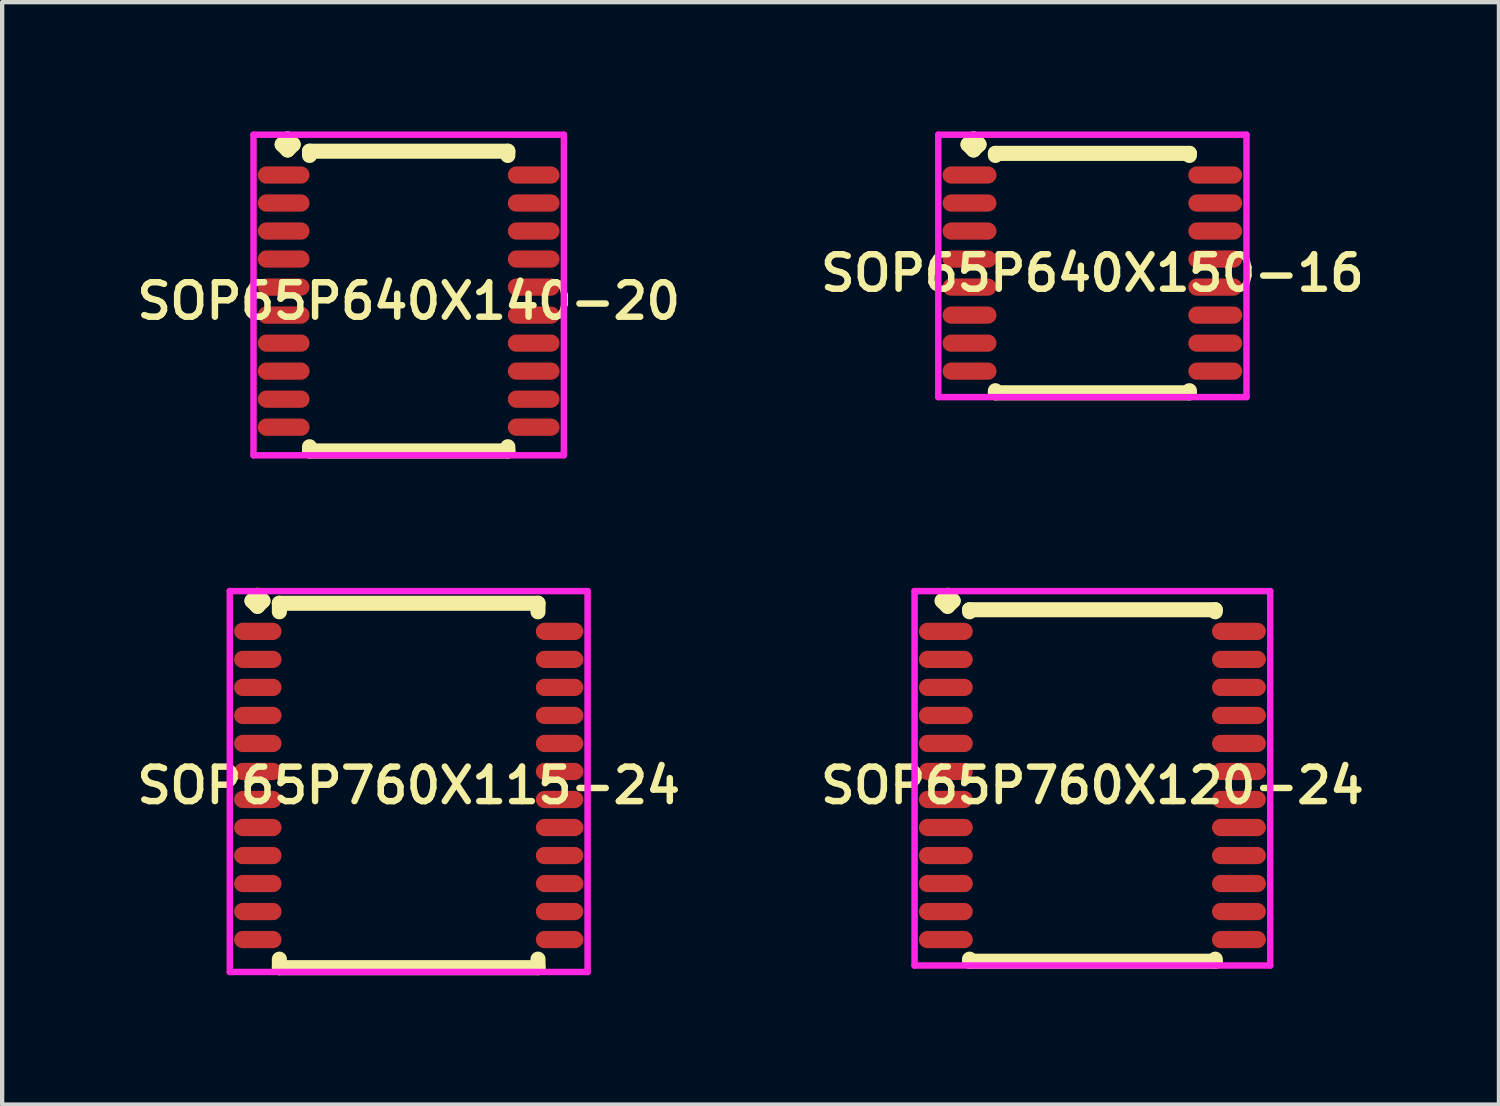
<source format=kicad_pcb>
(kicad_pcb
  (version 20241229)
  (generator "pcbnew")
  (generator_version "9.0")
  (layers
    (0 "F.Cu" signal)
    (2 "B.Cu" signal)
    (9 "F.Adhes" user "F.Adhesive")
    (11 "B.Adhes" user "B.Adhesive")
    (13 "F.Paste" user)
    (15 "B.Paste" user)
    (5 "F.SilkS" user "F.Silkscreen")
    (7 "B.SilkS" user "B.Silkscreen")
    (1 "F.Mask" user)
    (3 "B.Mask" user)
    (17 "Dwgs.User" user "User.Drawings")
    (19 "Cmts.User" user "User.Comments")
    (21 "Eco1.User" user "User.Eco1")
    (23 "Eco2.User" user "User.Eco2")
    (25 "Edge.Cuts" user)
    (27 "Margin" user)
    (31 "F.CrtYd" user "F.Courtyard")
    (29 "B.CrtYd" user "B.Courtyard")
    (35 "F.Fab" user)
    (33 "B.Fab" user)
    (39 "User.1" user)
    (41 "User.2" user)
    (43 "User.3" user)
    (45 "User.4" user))
  (footprint "SOP65P760X120-24"
    (layer "F.Cu")
    (at 22.292 15.172)
    (property "Reference" "SOP65P760X120-24" (at 0 0 0) (layer "F.SilkS") (effects (font (size 0.8 0.8) (thickness 0.15))))
    (attr smd)
    (fp_line (start -3.485 -4.283) (end -3.358 -4.41) (stroke (width 0.35) (type solid)) (layer "F.SilkS"))
    (fp_line (start -3.358 -4.41) (end -3.231 -4.283) (stroke (width 0.35) (type solid)) (layer "F.SilkS"))
    (fp_line (start -3.358 -4.156) (end -3.485 -4.283) (stroke (width 0.35) (type solid)) (layer "F.SilkS"))
    (fp_line (start -3.231 -4.283) (end -3.358 -4.156) (stroke (width 0.35) (type solid)) (layer "F.SilkS"))
    (fp_line (start -2.85 -4.077) (end 2.85 -4.077) (stroke (width 0.35) (type solid)) (layer "F.SilkS"))
    (fp_line (start -2.85 -4.029) (end -2.85 -4.077) (stroke (width 0.35) (type solid)) (layer "F.SilkS"))
    (fp_line (start -2.85 4.029) (end -2.85 4.077) (stroke (width 0.35) (type solid)) (layer "F.SilkS"))
    (fp_line (start -2.85 4.077) (end 2.85 4.077) (stroke (width 0.35) (type solid)) (layer "F.SilkS"))
    (fp_line (start 2.85 -4.077) (end 2.85 -4.029) (stroke (width 0.35) (type solid)) (layer "F.SilkS"))
    (fp_line (start 2.85 4.077) (end 2.85 4.029) (stroke (width 0.35) (type solid)) (layer "F.SilkS"))
    (fp_line (start -4.125 -4.51) (end 4.125 -4.51) (stroke (width 0.15) (type solid)) (layer "F.CrtYd"))
    (fp_line (start -4.125 4.177) (end -4.125 -4.51) (stroke (width 0.15) (type solid)) (layer "F.CrtYd"))
    (fp_line (start 4.125 -4.51) (end 4.125 4.177) (stroke (width 0.15) (type solid)) (layer "F.CrtYd"))
    (fp_line (start 4.125 4.177) (end -4.125 4.177) (stroke (width 0.15) (type solid)) (layer "F.CrtYd"))
    (pad "1" smd oval (at -3.4 -3.575) (size 1.25 0.4) (layers "F.Cu" "F.Mask" "F.Paste"))
    (pad "2" smd oval (at -3.4 -2.925) (size 1.25 0.4) (layers "F.Cu" "F.Mask" "F.Paste"))
    (pad "3" smd oval (at -3.4 -2.275) (size 1.25 0.4) (layers "F.Cu" "F.Mask" "F.Paste"))
    (pad "4" smd oval (at -3.4 -1.625) (size 1.25 0.4) (layers "F.Cu" "F.Mask" "F.Paste"))
    (pad "5" smd oval (at -3.4 -0.975) (size 1.25 0.4) (layers "F.Cu" "F.Mask" "F.Paste"))
    (pad "6" smd oval (at -3.4 -0.325) (size 1.25 0.4) (layers "F.Cu" "F.Mask" "F.Paste"))
    (pad "7" smd oval (at -3.4 0.325) (size 1.25 0.4) (layers "F.Cu" "F.Mask" "F.Paste"))
    (pad "8" smd oval (at -3.4 0.975) (size 1.25 0.4) (layers "F.Cu" "F.Mask" "F.Paste"))
    (pad "9" smd oval (at -3.4 1.625) (size 1.25 0.4) (layers "F.Cu" "F.Mask" "F.Paste"))
    (pad "10" smd oval (at -3.4 2.275) (size 1.25 0.4) (layers "F.Cu" "F.Mask" "F.Paste"))
    (pad "11" smd oval (at -3.4 2.925) (size 1.25 0.4) (layers "F.Cu" "F.Mask" "F.Paste"))
    (pad "12" smd oval (at -3.4 3.575) (size 1.25 0.4) (layers "F.Cu" "F.Mask" "F.Paste"))
    (pad "13" smd oval (at 3.4 3.575) (size 1.25 0.4) (layers "F.Cu" "F.Mask" "F.Paste"))
    (pad "14" smd oval (at 3.4 2.925) (size 1.25 0.4) (layers "F.Cu" "F.Mask" "F.Paste"))
    (pad "15" smd oval (at 3.4 2.275) (size 1.25 0.4) (layers "F.Cu" "F.Mask" "F.Paste"))
    (pad "16" smd oval (at 3.4 1.625) (size 1.25 0.4) (layers "F.Cu" "F.Mask" "F.Paste"))
    (pad "17" smd oval (at 3.4 0.975) (size 1.25 0.4) (layers "F.Cu" "F.Mask" "F.Paste"))
    (pad "18" smd oval (at 3.4 0.325) (size 1.25 0.4) (layers "F.Cu" "F.Mask" "F.Paste"))
    (pad "19" smd oval (at 3.4 -0.325) (size 1.25 0.4) (layers "F.Cu" "F.Mask" "F.Paste"))
    (pad "20" smd oval (at 3.4 -0.975) (size 1.25 0.4) (layers "F.Cu" "F.Mask" "F.Paste"))
    (pad "21" smd oval (at 3.4 -1.625) (size 1.25 0.4) (layers "F.Cu" "F.Mask" "F.Paste"))
    (pad "22" smd oval (at 3.4 -2.275) (size 1.25 0.4) (layers "F.Cu" "F.Mask" "F.Paste"))
    (pad "23" smd oval (at 3.4 -2.925) (size 1.25 0.4) (layers "F.Cu" "F.Mask" "F.Paste"))
    (pad "24" smd oval (at 3.4 -3.575) (size 1.25 0.4) (layers "F.Cu" "F.Mask" "F.Paste")))
  (footprint "SOP65P640X140-20"
    (layer "F.Cu")
    (at 6.431 3.935)
    (property "Reference" "SOP65P640X140-20" (at 0 0 0) (layer "F.SilkS") (effects (font (size 0.8 0.8) (thickness 0.15))))
    (attr smd)
    (fp_line (start -2.935 -3.633) (end -2.808 -3.76) (stroke (width 0.35) (type solid)) (layer "F.SilkS"))
    (fp_line (start -2.808 -3.76) (end -2.681 -3.633) (stroke (width 0.35) (type solid)) (layer "F.SilkS"))
    (fp_line (start -2.808 -3.506) (end -2.935 -3.633) (stroke (width 0.35) (type solid)) (layer "F.SilkS"))
    (fp_line (start -2.681 -3.633) (end -2.808 -3.506) (stroke (width 0.35) (type solid)) (layer "F.SilkS"))
    (fp_line (start -2.3 -3.477) (end 2.3 -3.477) (stroke (width 0.35) (type solid)) (layer "F.SilkS"))
    (fp_line (start -2.3 -3.379) (end -2.3 -3.477) (stroke (width 0.35) (type solid)) (layer "F.SilkS"))
    (fp_line (start -2.3 3.379) (end -2.3 3.477) (stroke (width 0.35) (type solid)) (layer "F.SilkS"))
    (fp_line (start -2.3 3.477) (end 2.3 3.477) (stroke (width 0.35) (type solid)) (layer "F.SilkS"))
    (fp_line (start 2.3 -3.477) (end 2.3 -3.379) (stroke (width 0.35) (type solid)) (layer "F.SilkS"))
    (fp_line (start 2.3 3.477) (end 2.3 3.379) (stroke (width 0.35) (type solid)) (layer "F.SilkS"))
    (fp_line (start -3.6 -3.86) (end 3.6 -3.86) (stroke (width 0.15) (type solid)) (layer "F.CrtYd"))
    (fp_line (start -3.6 3.577) (end -3.6 -3.86) (stroke (width 0.15) (type solid)) (layer "F.CrtYd"))
    (fp_line (start 3.6 -3.86) (end 3.6 3.577) (stroke (width 0.15) (type solid)) (layer "F.CrtYd"))
    (fp_line (start 3.6 3.577) (end -3.6 3.577) (stroke (width 0.15) (type solid)) (layer "F.CrtYd"))
    (pad "1" smd oval (at -2.9 -2.925) (size 1.2 0.4) (layers "F.Cu" "F.Mask" "F.Paste"))
    (pad "2" smd oval (at -2.9 -2.275) (size 1.2 0.4) (layers "F.Cu" "F.Mask" "F.Paste"))
    (pad "3" smd oval (at -2.9 -1.625) (size 1.2 0.4) (layers "F.Cu" "F.Mask" "F.Paste"))
    (pad "4" smd oval (at -2.9 -0.975) (size 1.2 0.4) (layers "F.Cu" "F.Mask" "F.Paste"))
    (pad "5" smd oval (at -2.9 -0.325) (size 1.2 0.4) (layers "F.Cu" "F.Mask" "F.Paste"))
    (pad "6" smd oval (at -2.9 0.325) (size 1.2 0.4) (layers "F.Cu" "F.Mask" "F.Paste"))
    (pad "7" smd oval (at -2.9 0.975) (size 1.2 0.4) (layers "F.Cu" "F.Mask" "F.Paste"))
    (pad "8" smd oval (at -2.9 1.625) (size 1.2 0.4) (layers "F.Cu" "F.Mask" "F.Paste"))
    (pad "9" smd oval (at -2.9 2.275) (size 1.2 0.4) (layers "F.Cu" "F.Mask" "F.Paste"))
    (pad "10" smd oval (at -2.9 2.925) (size 1.2 0.4) (layers "F.Cu" "F.Mask" "F.Paste"))
    (pad "11" smd oval (at 2.9 2.925) (size 1.2 0.4) (layers "F.Cu" "F.Mask" "F.Paste"))
    (pad "12" smd oval (at 2.9 2.275) (size 1.2 0.4) (layers "F.Cu" "F.Mask" "F.Paste"))
    (pad "13" smd oval (at 2.9 1.625) (size 1.2 0.4) (layers "F.Cu" "F.Mask" "F.Paste"))
    (pad "14" smd oval (at 2.9 0.975) (size 1.2 0.4) (layers "F.Cu" "F.Mask" "F.Paste"))
    (pad "15" smd oval (at 2.9 0.325) (size 1.2 0.4) (layers "F.Cu" "F.Mask" "F.Paste"))
    (pad "16" smd oval (at 2.9 -0.325) (size 1.2 0.4) (layers "F.Cu" "F.Mask" "F.Paste"))
    (pad "17" smd oval (at 2.9 -0.975) (size 1.2 0.4) (layers "F.Cu" "F.Mask" "F.Paste"))
    (pad "18" smd oval (at 2.9 -1.625) (size 1.2 0.4) (layers "F.Cu" "F.Mask" "F.Paste"))
    (pad "19" smd oval (at 2.9 -2.275) (size 1.2 0.4) (layers "F.Cu" "F.Mask" "F.Paste"))
    (pad "20" smd oval (at 2.9 -2.925) (size 1.2 0.4) (layers "F.Cu" "F.Mask" "F.Paste")))
  (footprint "SOP65P640X150-16"
    (layer "F.Cu")
    (at 22.292 3.285)
    (property "Reference" "SOP65P640X150-16" (at 0 0 0) (layer "F.SilkS") (effects (font (size 0.8 0.8) (thickness 0.15))))
    (attr smd)
    (fp_line (start -2.885 -2.983) (end -2.758 -3.11) (stroke (width 0.35) (type solid)) (layer "F.SilkS"))
    (fp_line (start -2.758 -3.11) (end -2.631 -2.983) (stroke (width 0.35) (type solid)) (layer "F.SilkS"))
    (fp_line (start -2.758 -2.856) (end -2.885 -2.983) (stroke (width 0.35) (type solid)) (layer "F.SilkS"))
    (fp_line (start -2.631 -2.983) (end -2.758 -2.856) (stroke (width 0.35) (type solid)) (layer "F.SilkS"))
    (fp_line (start -2.25 -2.777) (end 2.25 -2.777) (stroke (width 0.35) (type solid)) (layer "F.SilkS"))
    (fp_line (start -2.25 -2.729) (end -2.25 -2.777) (stroke (width 0.35) (type solid)) (layer "F.SilkS"))
    (fp_line (start -2.25 2.729) (end -2.25 2.777) (stroke (width 0.35) (type solid)) (layer "F.SilkS"))
    (fp_line (start -2.25 2.777) (end 2.25 2.777) (stroke (width 0.35) (type solid)) (layer "F.SilkS"))
    (fp_line (start 2.25 -2.777) (end 2.25 -2.729) (stroke (width 0.35) (type solid)) (layer "F.SilkS"))
    (fp_line (start 2.25 2.777) (end 2.25 2.729) (stroke (width 0.35) (type solid)) (layer "F.SilkS"))
    (fp_line (start -3.575 -3.21) (end 3.575 -3.21) (stroke (width 0.15) (type solid)) (layer "F.CrtYd"))
    (fp_line (start -3.575 2.877) (end -3.575 -3.21) (stroke (width 0.15) (type solid)) (layer "F.CrtYd"))
    (fp_line (start 3.575 -3.21) (end 3.575 2.877) (stroke (width 0.15) (type solid)) (layer "F.CrtYd"))
    (fp_line (start 3.575 2.877) (end -3.575 2.877) (stroke (width 0.15) (type solid)) (layer "F.CrtYd"))
    (pad "1" smd oval (at -2.85 -2.275) (size 1.25 0.4) (layers "F.Cu" "F.Mask" "F.Paste"))
    (pad "2" smd oval (at -2.85 -1.625) (size 1.25 0.4) (layers "F.Cu" "F.Mask" "F.Paste"))
    (pad "3" smd oval (at -2.85 -0.975) (size 1.25 0.4) (layers "F.Cu" "F.Mask" "F.Paste"))
    (pad "4" smd oval (at -2.85 -0.325) (size 1.25 0.4) (layers "F.Cu" "F.Mask" "F.Paste"))
    (pad "5" smd oval (at -2.85 0.325) (size 1.25 0.4) (layers "F.Cu" "F.Mask" "F.Paste"))
    (pad "6" smd oval (at -2.85 0.975) (size 1.25 0.4) (layers "F.Cu" "F.Mask" "F.Paste"))
    (pad "7" smd oval (at -2.85 1.625) (size 1.25 0.4) (layers "F.Cu" "F.Mask" "F.Paste"))
    (pad "8" smd oval (at -2.85 2.275) (size 1.25 0.4) (layers "F.Cu" "F.Mask" "F.Paste"))
    (pad "9" smd oval (at 2.85 2.275) (size 1.25 0.4) (layers "F.Cu" "F.Mask" "F.Paste"))
    (pad "10" smd oval (at 2.85 1.625) (size 1.25 0.4) (layers "F.Cu" "F.Mask" "F.Paste"))
    (pad "11" smd oval (at 2.85 0.975) (size 1.25 0.4) (layers "F.Cu" "F.Mask" "F.Paste"))
    (pad "12" smd oval (at 2.85 0.325) (size 1.25 0.4) (layers "F.Cu" "F.Mask" "F.Paste"))
    (pad "13" smd oval (at 2.85 -0.325) (size 1.25 0.4) (layers "F.Cu" "F.Mask" "F.Paste"))
    (pad "14" smd oval (at 2.85 -0.975) (size 1.25 0.4) (layers "F.Cu" "F.Mask" "F.Paste"))
    (pad "15" smd oval (at 2.85 -1.625) (size 1.25 0.4) (layers "F.Cu" "F.Mask" "F.Paste"))
    (pad "16" smd oval (at 2.85 -2.275) (size 1.25 0.4) (layers "F.Cu" "F.Mask" "F.Paste")))
  (footprint "SOP65P760X115-24"
    (layer "F.Cu")
    (at 6.431 15.172)
    (property "Reference" "SOP65P760X115-24" (at 0 0 0) (layer "F.SilkS") (effects (font (size 0.8 0.8) (thickness 0.15))))
    (attr smd)
    (fp_line (start -3.635 -4.283) (end -3.508 -4.41) (stroke (width 0.35) (type solid)) (layer "F.SilkS"))
    (fp_line (start -3.508 -4.41) (end -3.381 -4.283) (stroke (width 0.35) (type solid)) (layer "F.SilkS"))
    (fp_line (start -3.508 -4.156) (end -3.635 -4.283) (stroke (width 0.35) (type solid)) (layer "F.SilkS"))
    (fp_line (start -3.381 -4.283) (end -3.508 -4.156) (stroke (width 0.35) (type solid)) (layer "F.SilkS"))
    (fp_line (start -3 -4.227) (end 3 -4.227) (stroke (width 0.35) (type solid)) (layer "F.SilkS"))
    (fp_line (start -3 -4.029) (end -3 -4.227) (stroke (width 0.35) (type solid)) (layer "F.SilkS"))
    (fp_line (start -3 4.029) (end -3 4.227) (stroke (width 0.35) (type solid)) (layer "F.SilkS"))
    (fp_line (start -3 4.227) (end 3 4.227) (stroke (width 0.35) (type solid)) (layer "F.SilkS"))
    (fp_line (start 3 -4.227) (end 3 -4.029) (stroke (width 0.35) (type solid)) (layer "F.SilkS"))
    (fp_line (start 3 4.227) (end 3 4.029) (stroke (width 0.35) (type solid)) (layer "F.SilkS"))
    (fp_line (start -4.15 -4.51) (end 4.15 -4.51) (stroke (width 0.15) (type solid)) (layer "F.CrtYd"))
    (fp_line (start -4.15 4.327) (end -4.15 -4.51) (stroke (width 0.15) (type solid)) (layer "F.CrtYd"))
    (fp_line (start 4.15 -4.51) (end 4.15 4.327) (stroke (width 0.15) (type solid)) (layer "F.CrtYd"))
    (fp_line (start 4.15 4.327) (end -4.15 4.327) (stroke (width 0.15) (type solid)) (layer "F.CrtYd"))
    (pad "1" smd oval (at -3.5 -3.575) (size 1.1 0.4) (layers "F.Cu" "F.Mask" "F.Paste"))
    (pad "2" smd oval (at -3.5 -2.925) (size 1.1 0.4) (layers "F.Cu" "F.Mask" "F.Paste"))
    (pad "3" smd oval (at -3.5 -2.275) (size 1.1 0.4) (layers "F.Cu" "F.Mask" "F.Paste"))
    (pad "4" smd oval (at -3.5 -1.625) (size 1.1 0.4) (layers "F.Cu" "F.Mask" "F.Paste"))
    (pad "5" smd oval (at -3.5 -0.975) (size 1.1 0.4) (layers "F.Cu" "F.Mask" "F.Paste"))
    (pad "6" smd oval (at -3.5 -0.325) (size 1.1 0.4) (layers "F.Cu" "F.Mask" "F.Paste"))
    (pad "7" smd oval (at -3.5 0.325) (size 1.1 0.4) (layers "F.Cu" "F.Mask" "F.Paste"))
    (pad "8" smd oval (at -3.5 0.975) (size 1.1 0.4) (layers "F.Cu" "F.Mask" "F.Paste"))
    (pad "9" smd oval (at -3.5 1.625) (size 1.1 0.4) (layers "F.Cu" "F.Mask" "F.Paste"))
    (pad "10" smd oval (at -3.5 2.275) (size 1.1 0.4) (layers "F.Cu" "F.Mask" "F.Paste"))
    (pad "11" smd oval (at -3.5 2.925) (size 1.1 0.4) (layers "F.Cu" "F.Mask" "F.Paste"))
    (pad "12" smd oval (at -3.5 3.575) (size 1.1 0.4) (layers "F.Cu" "F.Mask" "F.Paste"))
    (pad "13" smd oval (at 3.5 3.575) (size 1.1 0.4) (layers "F.Cu" "F.Mask" "F.Paste"))
    (pad "14" smd oval (at 3.5 2.925) (size 1.1 0.4) (layers "F.Cu" "F.Mask" "F.Paste"))
    (pad "15" smd oval (at 3.5 2.275) (size 1.1 0.4) (layers "F.Cu" "F.Mask" "F.Paste"))
    (pad "16" smd oval (at 3.5 1.625) (size 1.1 0.4) (layers "F.Cu" "F.Mask" "F.Paste"))
    (pad "17" smd oval (at 3.5 0.975) (size 1.1 0.4) (layers "F.Cu" "F.Mask" "F.Paste"))
    (pad "18" smd oval (at 3.5 0.325) (size 1.1 0.4) (layers "F.Cu" "F.Mask" "F.Paste"))
    (pad "19" smd oval (at 3.5 -0.325) (size 1.1 0.4) (layers "F.Cu" "F.Mask" "F.Paste"))
    (pad "20" smd oval (at 3.5 -0.975) (size 1.1 0.4) (layers "F.Cu" "F.Mask" "F.Paste"))
    (pad "21" smd oval (at 3.5 -1.625) (size 1.1 0.4) (layers "F.Cu" "F.Mask" "F.Paste"))
    (pad "22" smd oval (at 3.5 -2.275) (size 1.1 0.4) (layers "F.Cu" "F.Mask" "F.Paste"))
    (pad "23" smd oval (at 3.5 -2.925) (size 1.1 0.4) (layers "F.Cu" "F.Mask" "F.Paste"))
    (pad "24" smd oval (at 3.5 -3.575) (size 1.1 0.4) (layers "F.Cu" "F.Mask" "F.Paste")))
  (gr_rect
    (start -3 -3)
    (end 31.723 22.574)
    (stroke (width 0.1) (type default))
    (fill no)
    (layer "Edge.Cuts")))
</source>
